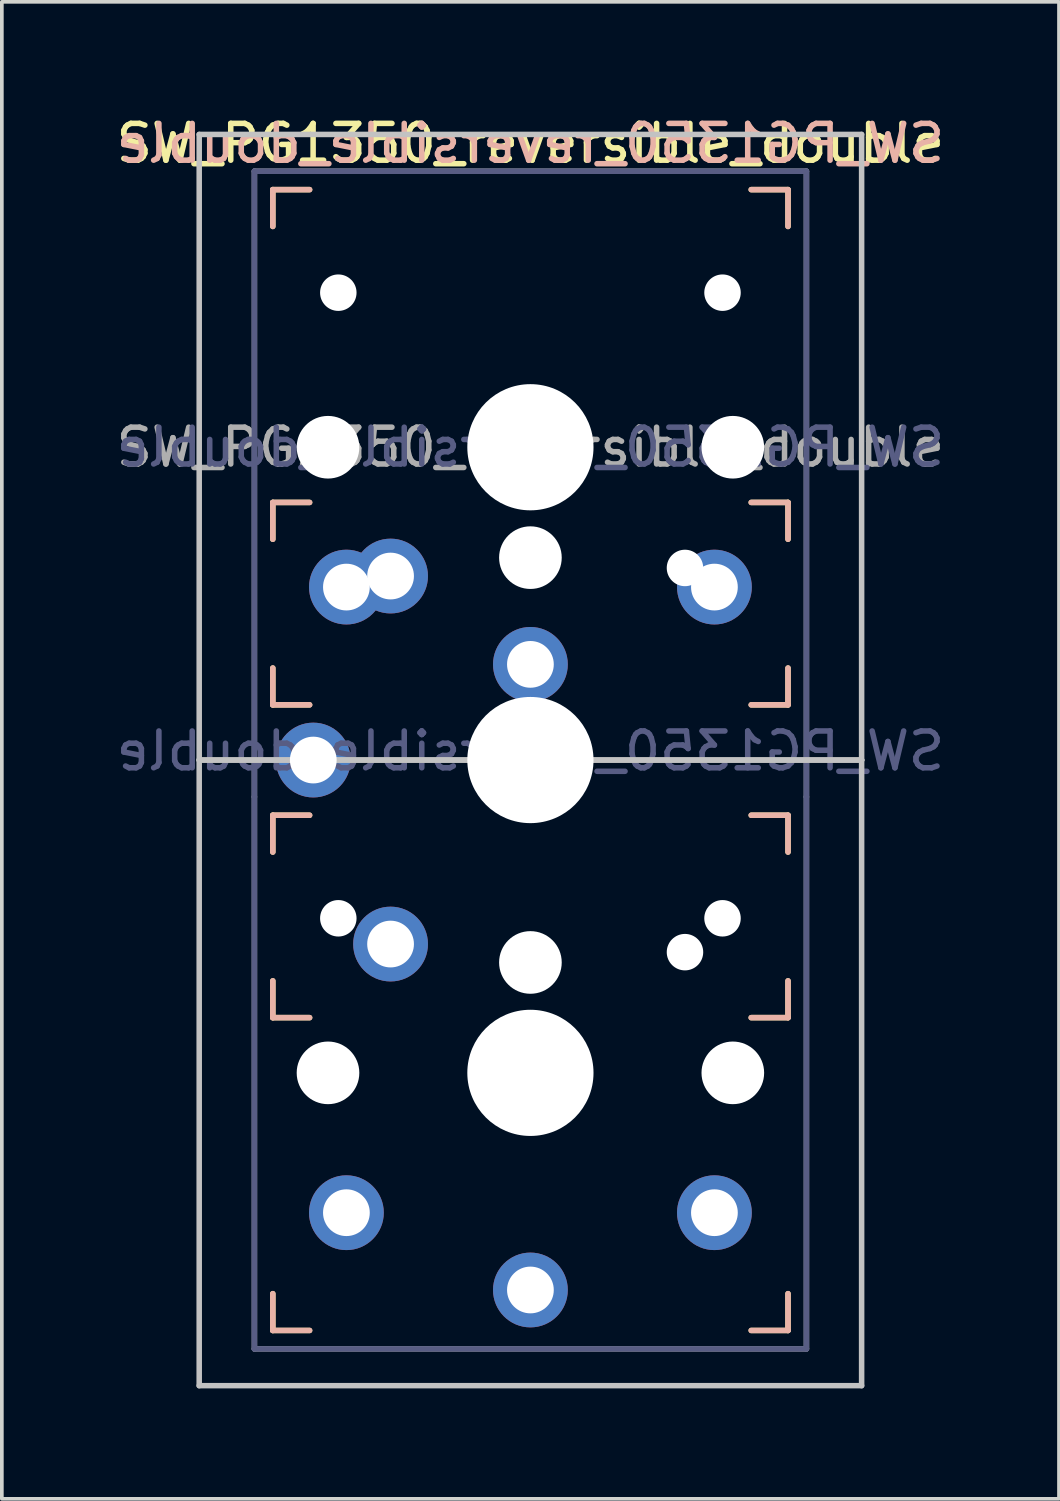
<source format=kicad_pcb>
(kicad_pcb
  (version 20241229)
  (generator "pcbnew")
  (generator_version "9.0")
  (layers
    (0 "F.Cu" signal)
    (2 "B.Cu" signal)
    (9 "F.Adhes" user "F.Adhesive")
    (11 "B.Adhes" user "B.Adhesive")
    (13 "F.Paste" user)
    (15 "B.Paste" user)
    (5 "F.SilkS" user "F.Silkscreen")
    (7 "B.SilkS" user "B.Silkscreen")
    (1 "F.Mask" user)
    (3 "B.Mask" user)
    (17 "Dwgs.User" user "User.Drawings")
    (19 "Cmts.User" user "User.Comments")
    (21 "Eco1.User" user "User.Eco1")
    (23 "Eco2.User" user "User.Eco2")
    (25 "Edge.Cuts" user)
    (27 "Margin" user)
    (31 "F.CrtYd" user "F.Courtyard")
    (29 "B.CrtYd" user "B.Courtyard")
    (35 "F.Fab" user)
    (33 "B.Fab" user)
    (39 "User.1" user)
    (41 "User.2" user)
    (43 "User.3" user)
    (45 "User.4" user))
  (footprint "SW_PG1350_reversible_double"
    (layer "F.Cu")
    (at 11.363 9.103)
    (property "Reference" "SW_PG1350_reversible_double" (at 0 -8.255 0) (layer "F.SilkS") (effects (font (size 1 1) (thickness 0.15))))
    (property "Value" "SW_PG1350_reversible_double" (at 0 8.255 0) (layer "F.Fab") (hide yes) (effects (font (size 1 1) (thickness 0.15))))
    (attr through_hole)
    (fp_line (start -7 -7) (end -6 -7) (stroke (width 0.15) (type solid)) (layer "F.SilkS"))
    (fp_line (start -7 -6) (end -7 -7) (stroke (width 0.15) (type solid)) (layer "F.SilkS"))
    (fp_line (start -7 1.5) (end -6 1.5) (stroke (width 0.15) (type solid)) (layer "F.SilkS"))
    (fp_line (start -7 2.5) (end -7 1.5) (stroke (width 0.15) (type solid)) (layer "F.SilkS"))
    (fp_line (start -7 7) (end -7 6) (stroke (width 0.15) (type solid)) (layer "F.SilkS"))
    (fp_line (start -7 10) (end -6 10) (stroke (width 0.15) (type solid)) (layer "F.SilkS"))
    (fp_line (start -7 11) (end -7 10) (stroke (width 0.15) (type solid)) (layer "F.SilkS"))
    (fp_line (start -7 15.5) (end -7 14.5) (stroke (width 0.15) (type solid)) (layer "F.SilkS"))
    (fp_line (start -7 24) (end -7 23) (stroke (width 0.15) (type solid)) (layer "F.SilkS"))
    (fp_line (start -6 7) (end -7 7) (stroke (width 0.15) (type solid)) (layer "F.SilkS"))
    (fp_line (start -6 15.5) (end -7 15.5) (stroke (width 0.15) (type solid)) (layer "F.SilkS"))
    (fp_line (start -6 24) (end -7 24) (stroke (width 0.15) (type solid)) (layer "F.SilkS"))
    (fp_line (start 6 -7) (end 7 -7) (stroke (width 0.15) (type solid)) (layer "F.SilkS"))
    (fp_line (start 6 1.5) (end 7 1.5) (stroke (width 0.15) (type solid)) (layer "F.SilkS"))
    (fp_line (start 6 10) (end 7 10) (stroke (width 0.15) (type solid)) (layer "F.SilkS"))
    (fp_line (start 7 -7) (end 7 -6) (stroke (width 0.15) (type solid)) (layer "F.SilkS"))
    (fp_line (start 7 1.5) (end 7 2.5) (stroke (width 0.15) (type solid)) (layer "F.SilkS"))
    (fp_line (start 7 6) (end 7 7) (stroke (width 0.15) (type solid)) (layer "F.SilkS"))
    (fp_line (start 7 7) (end 6 7) (stroke (width 0.15) (type solid)) (layer "F.SilkS"))
    (fp_line (start 7 10) (end 7 11) (stroke (width 0.15) (type solid)) (layer "F.SilkS"))
    (fp_line (start 7 14.5) (end 7 15.5) (stroke (width 0.15) (type solid)) (layer "F.SilkS"))
    (fp_line (start 7 15.5) (end 6 15.5) (stroke (width 0.15) (type solid)) (layer "F.SilkS"))
    (fp_line (start 7 23) (end 7 24) (stroke (width 0.15) (type solid)) (layer "F.SilkS"))
    (fp_line (start 7 24) (end 6 24) (stroke (width 0.15) (type solid)) (layer "F.SilkS"))
    (fp_line (start -7 -7) (end -6 -7) (stroke (width 0.15) (type solid)) (layer "B.SilkS"))
    (fp_line (start -7 -6) (end -7 -7) (stroke (width 0.15) (type solid)) (layer "B.SilkS"))
    (fp_line (start -7 1.5) (end -6 1.5) (stroke (width 0.15) (type solid)) (layer "B.SilkS"))
    (fp_line (start -7 2.5) (end -7 1.5) (stroke (width 0.15) (type solid)) (layer "B.SilkS"))
    (fp_line (start -7 7) (end -7 6) (stroke (width 0.15) (type solid)) (layer "B.SilkS"))
    (fp_line (start -7 10) (end -6 10) (stroke (width 0.15) (type solid)) (layer "B.SilkS"))
    (fp_line (start -7 11) (end -7 10) (stroke (width 0.15) (type solid)) (layer "B.SilkS"))
    (fp_line (start -7 15.5) (end -7 14.5) (stroke (width 0.15) (type solid)) (layer "B.SilkS"))
    (fp_line (start -7 24) (end -7 23) (stroke (width 0.15) (type solid)) (layer "B.SilkS"))
    (fp_line (start -6 7) (end -7 7) (stroke (width 0.15) (type solid)) (layer "B.SilkS"))
    (fp_line (start -6 15.5) (end -7 15.5) (stroke (width 0.15) (type solid)) (layer "B.SilkS"))
    (fp_line (start -6 24) (end -7 24) (stroke (width 0.15) (type solid)) (layer "B.SilkS"))
    (fp_line (start 6 -7) (end 7 -7) (stroke (width 0.15) (type solid)) (layer "B.SilkS"))
    (fp_line (start 6 1.5) (end 7 1.5) (stroke (width 0.15) (type solid)) (layer "B.SilkS"))
    (fp_line (start 6 10) (end 7 10) (stroke (width 0.15) (type solid)) (layer "B.SilkS"))
    (fp_line (start 7 -7) (end 7 -6) (stroke (width 0.15) (type solid)) (layer "B.SilkS"))
    (fp_line (start 7 1.5) (end 7 2.5) (stroke (width 0.15) (type solid)) (layer "B.SilkS"))
    (fp_line (start 7 6) (end 7 7) (stroke (width 0.15) (type solid)) (layer "B.SilkS"))
    (fp_line (start 7 7) (end 6 7) (stroke (width 0.15) (type solid)) (layer "B.SilkS"))
    (fp_line (start 7 10) (end 7 11) (stroke (width 0.15) (type solid)) (layer "B.SilkS"))
    (fp_line (start 7 14.5) (end 7 15.5) (stroke (width 0.15) (type solid)) (layer "B.SilkS"))
    (fp_line (start 7 15.5) (end 6 15.5) (stroke (width 0.15) (type solid)) (layer "B.SilkS"))
    (fp_line (start 7 23) (end 7 24) (stroke (width 0.15) (type solid)) (layer "B.SilkS"))
    (fp_line (start 7 24) (end 6 24) (stroke (width 0.15) (type solid)) (layer "B.SilkS"))
    (fp_line (start -9 -8.5) (end 9 -8.5) (stroke (width 0.15) (type solid)) (layer "Dwgs.User"))
    (fp_line (start -9 8.5) (end -9 -8.5) (stroke (width 0.15) (type solid)) (layer "Dwgs.User"))
    (fp_line (start -9 8.5) (end 9 8.5) (stroke (width 0.15) (type solid)) (layer "Dwgs.User"))
    (fp_line (start -9 25.5) (end -9 8.5) (stroke (width 0.15) (type solid)) (layer "Dwgs.User"))
    (fp_line (start 9 -8.5) (end 9 8.5) (stroke (width 0.15) (type solid)) (layer "Dwgs.User"))
    (fp_line (start 9 8.5) (end -9 8.5) (stroke (width 0.15) (type solid)) (layer "Dwgs.User"))
    (fp_line (start 9 8.5) (end 9 25.5) (stroke (width 0.15) (type solid)) (layer "Dwgs.User"))
    (fp_line (start 9 25.5) (end -9 25.5) (stroke (width 0.15) (type solid)) (layer "Dwgs.User"))
    (fp_line (start -6.9 1.6) (end -6.9 15.4) (stroke (width 0.15) (type solid)) (layer "Eco2.User"))
    (fp_line (start -6.9 1.6) (end 6.9 1.6) (stroke (width 0.15) (type solid)) (layer "Eco2.User"))
    (fp_line (start -6.9 6.9) (end -6.9 -6.9) (stroke (width 0.15) (type solid)) (layer "Eco2.User"))
    (fp_line (start -6.9 6.9) (end 6.9 6.9) (stroke (width 0.15) (type solid)) (layer "Eco2.User"))
    (fp_line (start -6.9 23.9) (end -6.9 10.1) (stroke (width 0.15) (type solid)) (layer "Eco2.User"))
    (fp_line (start -6.9 23.9) (end 6.9 23.9) (stroke (width 0.15) (type solid)) (layer "Eco2.User"))
    (fp_line (start -2.6 -3.1) (end -2.6 -6.3) (stroke (width 0.15) (type solid)) (layer "Eco2.User"))
    (fp_line (start -2.6 -3.1) (end 2.6 -3.1) (stroke (width 0.15) (type solid)) (layer "Eco2.User"))
    (fp_line (start -2.6 13.9) (end -2.6 10.7) (stroke (width 0.15) (type solid)) (layer "Eco2.User"))
    (fp_line (start -2.6 13.9) (end 2.6 13.9) (stroke (width 0.15) (type solid)) (layer "Eco2.User"))
    (fp_line (start 2.6 -6.3) (end -2.6 -6.3) (stroke (width 0.15) (type solid)) (layer "Eco2.User"))
    (fp_line (start 2.6 -3.1) (end 2.6 -6.3) (stroke (width 0.15) (type solid)) (layer "Eco2.User"))
    (fp_line (start 2.6 10.7) (end -2.6 10.7) (stroke (width 0.15) (type solid)) (layer "Eco2.User"))
    (fp_line (start 2.6 13.9) (end 2.6 10.7) (stroke (width 0.15) (type solid)) (layer "Eco2.User"))
    (fp_line (start 3.1 5.9) (end 3.1 11.1) (stroke (width 0.15) (type solid)) (layer "Eco2.User"))
    (fp_line (start 3.1 5.9) (end 6.3 5.9) (stroke (width 0.15) (type solid)) (layer "Eco2.User"))
    (fp_line (start 3.1 11.1) (end 6.3 11.1) (stroke (width 0.15) (type solid)) (layer "Eco2.User"))
    (fp_line (start 6.3 11.1) (end 6.3 5.9) (stroke (width 0.15) (type solid)) (layer "Eco2.User"))
    (fp_line (start 6.9 -6.9) (end -6.9 -6.9) (stroke (width 0.15) (type solid)) (layer "Eco2.User"))
    (fp_line (start 6.9 -6.9) (end 6.9 6.9) (stroke (width 0.15) (type solid)) (layer "Eco2.User"))
    (fp_line (start 6.9 10.1) (end -6.9 10.1) (stroke (width 0.15) (type solid)) (layer "Eco2.User"))
    (fp_line (start 6.9 10.1) (end 6.9 23.9) (stroke (width 0.15) (type solid)) (layer "Eco2.User"))
    (fp_line (start 6.9 15.4) (end -6.9 15.4) (stroke (width 0.15) (type solid)) (layer "Eco2.User"))
    (fp_line (start 6.9 15.4) (end 6.9 1.6) (stroke (width 0.15) (type solid)) (layer "Eco2.User"))
    (fp_line (start -7.5 -7.5) (end 7.5 -7.5) (stroke (width 0.15) (type solid)) (layer "B.Fab"))
    (fp_line (start -7.5 9.5) (end -7.5 -7.5) (stroke (width 0.15) (type solid)) (layer "B.Fab"))
    (fp_line (start -7.5 24.5) (end -7.5 9.5) (stroke (width 0.15) (type solid)) (layer "B.Fab"))
    (fp_line (start 7.5 -7.5) (end 7.5 9.5) (stroke (width 0.15) (type solid)) (layer "B.Fab"))
    (fp_line (start 7.5 9.5) (end 7.5 24.5) (stroke (width 0.15) (type solid)) (layer "B.Fab"))
    (fp_line (start 7.5 24.5) (end -7.5 24.5) (stroke (width 0.15) (type solid)) (layer "B.Fab"))
    (fp_line (start -7.5 -7.5) (end 7.5 -7.5) (stroke (width 0.15) (type solid)) (layer "F.Fab"))
    (fp_line (start -7.5 9.5) (end -7.5 -7.5) (stroke (width 0.15) (type solid)) (layer "F.Fab"))
    (fp_line (start -7.5 24.5) (end -7.5 9.5) (stroke (width 0.15) (type solid)) (layer "F.Fab"))
    (fp_line (start 7.5 -7.5) (end 7.5 9.5) (stroke (width 0.15) (type solid)) (layer "F.Fab"))
    (fp_line (start 7.5 9.5) (end 7.5 24.5) (stroke (width 0.15) (type solid)) (layer "F.Fab"))
    (fp_line (start 7.5 24.5) (end -7.5 24.5) (stroke (width 0.15) (type solid)) (layer "F.Fab"))
    (fp_text user "${REFERENCE}" (at 0 -8.255 0) (layer "B.SilkS") (effects (font (size 1 1) (thickness 0.15)) (justify mirror)))
    (fp_text user "${VALUE}" (at 0 8.255 0) (layer "B.Fab") (effects (font (size 1 1) (thickness 0.15)) (justify mirror)))
    (fp_text user "${REFERENCE}" (at 0 0 0) (layer "B.Fab") (effects (font (size 1 1) (thickness 0.15)) (justify mirror)))
    (fp_text user "${REFERENCE}" (at 0 0 0) (layer "F.Fab") (effects (font (size 1 1) (thickness 0.15))))
    (pad "" np_thru_hole circle (at -5.5 0) (size 1.702 1.702) (drill 1.702) (layers "*.Cu" "*.Mask"))
    (pad "" np_thru_hole circle (at -5.5 17) (size 1.702 1.702) (drill 1.702) (layers "*.Cu" "*.Mask"))
    (pad "" np_thru_hole circle (at -5.22 -4.2) (size 0.991 0.991) (drill 0.991) (layers "*.Cu" "*.Mask"))
    (pad "" np_thru_hole circle (at -5.22 12.8) (size 0.991 0.991) (drill 0.991) (layers "*.Cu" "*.Mask"))
    (pad "" np_thru_hole circle (at 0 0) (size 3.429 3.429) (drill 3.429) (layers "*.Cu" "*.Mask"))
    (pad "" np_thru_hole circle (at 0 3 270) (size 1.702 1.702) (drill 1.702) (layers "*.Cu" "*.Mask"))
    (pad "" np_thru_hole circle (at 0 8.5 270) (size 3.429 3.429) (drill 3.429) (layers "*.Cu" "*.Mask"))
    (pad "" np_thru_hole circle (at 0 14 270) (size 1.702 1.702) (drill 1.702) (layers "*.Cu" "*.Mask"))
    (pad "" np_thru_hole circle (at 0 17) (size 3.429 3.429) (drill 3.429) (layers "*.Cu" "*.Mask"))
    (pad "" np_thru_hole circle (at 4.2 3.28 270) (size 0.991 0.991) (drill 0.991) (layers "*.Cu" "*.Mask"))
    (pad "" np_thru_hole circle (at 4.2 13.72 270) (size 0.991 0.991) (drill 0.991) (layers "*.Cu" "*.Mask"))
    (pad "" np_thru_hole circle (at 5.22 -4.2) (size 0.991 0.991) (drill 0.991) (layers "*.Cu" "*.Mask"))
    (pad "" np_thru_hole circle (at 5.22 12.8) (size 0.991 0.991) (drill 0.991) (layers "*.Cu" "*.Mask"))
    (pad "" np_thru_hole circle (at 5.5 0) (size 1.702 1.702) (drill 1.702) (layers "*.Cu" "*.Mask"))
    (pad "" np_thru_hole circle (at 5.5 17) (size 1.702 1.702) (drill 1.702) (layers "*.Cu" "*.Mask"))
    (pad "1" thru_hole circle (at -5.9 8.5 270) (size 2.032 2.032) (drill 1.27) (layers "*.Cu" "*.Mask"))
    (pad "1" thru_hole circle (at 0 5.9) (size 2.032 2.032) (drill 1.27) (layers "*.Cu" "*.Mask"))
    (pad "2" thru_hole circle (at -5 3.8) (size 2.032 2.032) (drill 1.27) (layers "*.Cu" "*.Mask"))
    (pad "2" thru_hole circle (at -3.8 3.5 270) (size 2.032 2.032) (drill 1.27) (layers "*.Cu" "*.Mask"))
    (pad "2" thru_hole circle (at -3.8 13.5 270) (size 2.032 2.032) (drill 1.27) (layers "*.Cu" "*.Mask"))
    (pad "2" thru_hole circle (at 5 3.8) (size 2.032 2.032) (drill 1.27) (layers "*.Cu" "*.Mask"))
    (pad "3" thru_hole circle (at 0 22.9) (size 2.032 2.032) (drill 1.27) (layers "*.Cu" "*.Mask"))
    (pad "4" thru_hole circle (at -5 20.8) (size 2.032 2.032) (drill 1.27) (layers "*.Cu" "*.Mask"))
    (pad "4" thru_hole circle (at 5 20.8) (size 2.032 2.032) (drill 1.27) (layers "*.Cu" "*.Mask")))
  (gr_rect
    (start -3 -3)
    (end 25.726 37.678)
    (stroke (width 0.1) (type default))
    (fill no)
    (layer "Edge.Cuts")))
</source>
